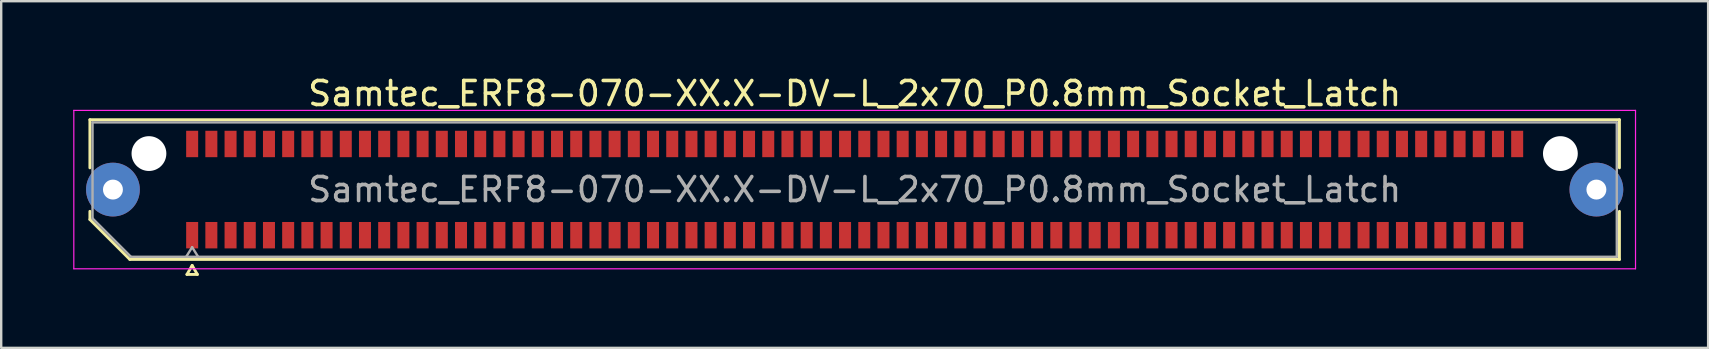
<source format=kicad_pcb>
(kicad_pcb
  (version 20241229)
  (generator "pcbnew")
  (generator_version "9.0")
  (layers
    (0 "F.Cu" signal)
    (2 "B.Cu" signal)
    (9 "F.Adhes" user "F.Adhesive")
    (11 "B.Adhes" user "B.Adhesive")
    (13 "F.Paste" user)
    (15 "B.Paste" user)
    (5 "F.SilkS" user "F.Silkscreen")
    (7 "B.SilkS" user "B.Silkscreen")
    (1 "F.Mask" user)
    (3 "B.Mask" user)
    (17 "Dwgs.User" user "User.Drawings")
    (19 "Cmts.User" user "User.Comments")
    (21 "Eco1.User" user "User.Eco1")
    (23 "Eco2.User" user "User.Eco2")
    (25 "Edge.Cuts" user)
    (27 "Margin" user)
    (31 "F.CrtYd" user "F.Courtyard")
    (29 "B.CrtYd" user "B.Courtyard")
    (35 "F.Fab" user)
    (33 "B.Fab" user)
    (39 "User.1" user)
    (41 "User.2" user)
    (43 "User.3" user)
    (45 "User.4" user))
  (footprint "Samtec_ERF8-070-XX.X-DV-L_2x70_P0.8mm_Socket_Latch"
    (layer "F.Cu")
    (at 32.555 4.848)
    (property "Reference" "Samtec_ERF8-070-XX.X-DV-L_2x70_P0.8mm_Socket_Latch" (at 0 -4 0) (layer "F.SilkS") (effects (font (size 1 1) (thickness 0.15))))
    (attr smd)
    (fp_line (start -31.86 -2.91) (end 31.86 -2.91) (stroke (width 0.12) (type solid)) (layer "F.SilkS"))
    (fp_line (start -31.86 -0.906) (end -31.86 -2.91) (stroke (width 0.12) (type solid)) (layer "F.SilkS"))
    (fp_line (start -31.86 1.246) (end -31.86 0.906) (stroke (width 0.12) (type solid)) (layer "F.SilkS"))
    (fp_line (start -30.196 2.91) (end -31.86 1.246) (stroke (width 0.12) (type solid)) (layer "F.SilkS"))
    (fp_line (start -27.817 3.535) (end -27.6 3.16) (stroke (width 0.12) (type solid)) (layer "F.SilkS"))
    (fp_line (start -27.6 3.16) (end -27.383 3.535) (stroke (width 0.12) (type solid)) (layer "F.SilkS"))
    (fp_line (start -27.383 3.535) (end -27.817 3.535) (stroke (width 0.12) (type solid)) (layer "F.SilkS"))
    (fp_line (start 31.86 -2.91) (end 31.86 -0.906) (stroke (width 0.12) (type solid)) (layer "F.SilkS"))
    (fp_line (start 31.86 0.906) (end 31.86 2.91) (stroke (width 0.12) (type solid)) (layer "F.SilkS"))
    (fp_line (start 31.86 2.91) (end -30.196 2.91) (stroke (width 0.12) (type solid)) (layer "F.SilkS"))
    (fp_line (start -32.53 -3.3) (end -32.53 3.3) (stroke (width 0.05) (type solid)) (layer "F.CrtYd"))
    (fp_line (start -32.53 3.3) (end 32.53 3.3) (stroke (width 0.05) (type solid)) (layer "F.CrtYd"))
    (fp_line (start 32.53 -3.3) (end -32.53 -3.3) (stroke (width 0.05) (type solid)) (layer "F.CrtYd"))
    (fp_line (start 32.53 3.3) (end 32.53 -3.3) (stroke (width 0.05) (type solid)) (layer "F.CrtYd"))
    (fp_line (start -31.75 -2.8) (end 31.75 -2.8) (stroke (width 0.1) (type solid)) (layer "F.Fab"))
    (fp_line (start -31.75 1.2) (end -31.75 -2.8) (stroke (width 0.1) (type solid)) (layer "F.Fab"))
    (fp_line (start -30.15 2.8) (end -31.75 1.2) (stroke (width 0.1) (type solid)) (layer "F.Fab"))
    (fp_line (start -27.6 2.4) (end -27.85 2.8) (stroke (width 0.1) (type solid)) (layer "F.Fab"))
    (fp_line (start -27.6 2.4) (end -27.35 2.8) (stroke (width 0.1) (type solid)) (layer "F.Fab"))
    (fp_line (start 31.75 -2.8) (end 31.75 2.8) (stroke (width 0.1) (type solid)) (layer "F.Fab"))
    (fp_line (start 31.75 2.8) (end -30.15 2.8) (stroke (width 0.1) (type solid)) (layer "F.Fab"))
    (fp_text user "${REFERENCE}" (at 0 0 0) (layer "F.Fab") (effects (font (size 1 1) (thickness 0.15))))
    (pad "" thru_hole circle (at -30.9 0) (size 2.24 2.24) (drill 0.83) (layers "*.Cu" "*.Mask" "F.Paste"))
    (pad "" np_thru_hole circle (at -29.4 -1.5) (size 1.45 1.45) (drill 1.45) (layers "*.Cu" "*.Mask"))
    (pad "" np_thru_hole circle (at 29.4 -1.5) (size 1.45 1.45) (drill 1.45) (layers "*.Cu" "*.Mask"))
    (pad "" thru_hole circle (at 30.9 0) (size 2.24 2.24) (drill 0.83) (layers "*.Cu" "*.Mask" "F.Paste"))
    (pad "1" smd rect (at -27.6 1.9) (size 0.5 1.1) (layers "F.Cu" "F.Mask" "F.Paste"))
    (pad "2" smd rect (at -27.6 -1.9) (size 0.5 1.1) (layers "F.Cu" "F.Mask" "F.Paste"))
    (pad "3" smd rect (at -26.8 1.9) (size 0.5 1.1) (layers "F.Cu" "F.Mask" "F.Paste"))
    (pad "4" smd rect (at -26.8 -1.9) (size 0.5 1.1) (layers "F.Cu" "F.Mask" "F.Paste"))
    (pad "5" smd rect (at -26 1.9) (size 0.5 1.1) (layers "F.Cu" "F.Mask" "F.Paste"))
    (pad "6" smd rect (at -26 -1.9) (size 0.5 1.1) (layers "F.Cu" "F.Mask" "F.Paste"))
    (pad "7" smd rect (at -25.2 1.9) (size 0.5 1.1) (layers "F.Cu" "F.Mask" "F.Paste"))
    (pad "8" smd rect (at -25.2 -1.9) (size 0.5 1.1) (layers "F.Cu" "F.Mask" "F.Paste"))
    (pad "9" smd rect (at -24.4 1.9) (size 0.5 1.1) (layers "F.Cu" "F.Mask" "F.Paste"))
    (pad "10" smd rect (at -24.4 -1.9) (size 0.5 1.1) (layers "F.Cu" "F.Mask" "F.Paste"))
    (pad "11" smd rect (at -23.6 1.9) (size 0.5 1.1) (layers "F.Cu" "F.Mask" "F.Paste"))
    (pad "12" smd rect (at -23.6 -1.9) (size 0.5 1.1) (layers "F.Cu" "F.Mask" "F.Paste"))
    (pad "13" smd rect (at -22.8 1.9) (size 0.5 1.1) (layers "F.Cu" "F.Mask" "F.Paste"))
    (pad "14" smd rect (at -22.8 -1.9) (size 0.5 1.1) (layers "F.Cu" "F.Mask" "F.Paste"))
    (pad "15" smd rect (at -22 1.9) (size 0.5 1.1) (layers "F.Cu" "F.Mask" "F.Paste"))
    (pad "16" smd rect (at -22 -1.9) (size 0.5 1.1) (layers "F.Cu" "F.Mask" "F.Paste"))
    (pad "17" smd rect (at -21.2 1.9) (size 0.5 1.1) (layers "F.Cu" "F.Mask" "F.Paste"))
    (pad "18" smd rect (at -21.2 -1.9) (size 0.5 1.1) (layers "F.Cu" "F.Mask" "F.Paste"))
    (pad "19" smd rect (at -20.4 1.9) (size 0.5 1.1) (layers "F.Cu" "F.Mask" "F.Paste"))
    (pad "20" smd rect (at -20.4 -1.9) (size 0.5 1.1) (layers "F.Cu" "F.Mask" "F.Paste"))
    (pad "21" smd rect (at -19.6 1.9) (size 0.5 1.1) (layers "F.Cu" "F.Mask" "F.Paste"))
    (pad "22" smd rect (at -19.6 -1.9) (size 0.5 1.1) (layers "F.Cu" "F.Mask" "F.Paste"))
    (pad "23" smd rect (at -18.8 1.9) (size 0.5 1.1) (layers "F.Cu" "F.Mask" "F.Paste"))
    (pad "24" smd rect (at -18.8 -1.9) (size 0.5 1.1) (layers "F.Cu" "F.Mask" "F.Paste"))
    (pad "25" smd rect (at -18 1.9) (size 0.5 1.1) (layers "F.Cu" "F.Mask" "F.Paste"))
    (pad "26" smd rect (at -18 -1.9) (size 0.5 1.1) (layers "F.Cu" "F.Mask" "F.Paste"))
    (pad "27" smd rect (at -17.2 1.9) (size 0.5 1.1) (layers "F.Cu" "F.Mask" "F.Paste"))
    (pad "28" smd rect (at -17.2 -1.9) (size 0.5 1.1) (layers "F.Cu" "F.Mask" "F.Paste"))
    (pad "29" smd rect (at -16.4 1.9) (size 0.5 1.1) (layers "F.Cu" "F.Mask" "F.Paste"))
    (pad "30" smd rect (at -16.4 -1.9) (size 0.5 1.1) (layers "F.Cu" "F.Mask" "F.Paste"))
    (pad "31" smd rect (at -15.6 1.9) (size 0.5 1.1) (layers "F.Cu" "F.Mask" "F.Paste"))
    (pad "32" smd rect (at -15.6 -1.9) (size 0.5 1.1) (layers "F.Cu" "F.Mask" "F.Paste"))
    (pad "33" smd rect (at -14.8 1.9) (size 0.5 1.1) (layers "F.Cu" "F.Mask" "F.Paste"))
    (pad "34" smd rect (at -14.8 -1.9) (size 0.5 1.1) (layers "F.Cu" "F.Mask" "F.Paste"))
    (pad "35" smd rect (at -14 1.9) (size 0.5 1.1) (layers "F.Cu" "F.Mask" "F.Paste"))
    (pad "36" smd rect (at -14 -1.9) (size 0.5 1.1) (layers "F.Cu" "F.Mask" "F.Paste"))
    (pad "37" smd rect (at -13.2 1.9) (size 0.5 1.1) (layers "F.Cu" "F.Mask" "F.Paste"))
    (pad "38" smd rect (at -13.2 -1.9) (size 0.5 1.1) (layers "F.Cu" "F.Mask" "F.Paste"))
    (pad "39" smd rect (at -12.4 1.9) (size 0.5 1.1) (layers "F.Cu" "F.Mask" "F.Paste"))
    (pad "40" smd rect (at -12.4 -1.9) (size 0.5 1.1) (layers "F.Cu" "F.Mask" "F.Paste"))
    (pad "41" smd rect (at -11.6 1.9) (size 0.5 1.1) (layers "F.Cu" "F.Mask" "F.Paste"))
    (pad "42" smd rect (at -11.6 -1.9) (size 0.5 1.1) (layers "F.Cu" "F.Mask" "F.Paste"))
    (pad "43" smd rect (at -10.8 1.9) (size 0.5 1.1) (layers "F.Cu" "F.Mask" "F.Paste"))
    (pad "44" smd rect (at -10.8 -1.9) (size 0.5 1.1) (layers "F.Cu" "F.Mask" "F.Paste"))
    (pad "45" smd rect (at -10 1.9) (size 0.5 1.1) (layers "F.Cu" "F.Mask" "F.Paste"))
    (pad "46" smd rect (at -10 -1.9) (size 0.5 1.1) (layers "F.Cu" "F.Mask" "F.Paste"))
    (pad "47" smd rect (at -9.2 1.9) (size 0.5 1.1) (layers "F.Cu" "F.Mask" "F.Paste"))
    (pad "48" smd rect (at -9.2 -1.9) (size 0.5 1.1) (layers "F.Cu" "F.Mask" "F.Paste"))
    (pad "49" smd rect (at -8.4 1.9) (size 0.5 1.1) (layers "F.Cu" "F.Mask" "F.Paste"))
    (pad "50" smd rect (at -8.4 -1.9) (size 0.5 1.1) (layers "F.Cu" "F.Mask" "F.Paste"))
    (pad "51" smd rect (at -7.6 1.9) (size 0.5 1.1) (layers "F.Cu" "F.Mask" "F.Paste"))
    (pad "52" smd rect (at -7.6 -1.9) (size 0.5 1.1) (layers "F.Cu" "F.Mask" "F.Paste"))
    (pad "53" smd rect (at -6.8 1.9) (size 0.5 1.1) (layers "F.Cu" "F.Mask" "F.Paste"))
    (pad "54" smd rect (at -6.8 -1.9) (size 0.5 1.1) (layers "F.Cu" "F.Mask" "F.Paste"))
    (pad "55" smd rect (at -6 1.9) (size 0.5 1.1) (layers "F.Cu" "F.Mask" "F.Paste"))
    (pad "56" smd rect (at -6 -1.9) (size 0.5 1.1) (layers "F.Cu" "F.Mask" "F.Paste"))
    (pad "57" smd rect (at -5.2 1.9) (size 0.5 1.1) (layers "F.Cu" "F.Mask" "F.Paste"))
    (pad "58" smd rect (at -5.2 -1.9) (size 0.5 1.1) (layers "F.Cu" "F.Mask" "F.Paste"))
    (pad "59" smd rect (at -4.4 1.9) (size 0.5 1.1) (layers "F.Cu" "F.Mask" "F.Paste"))
    (pad "60" smd rect (at -4.4 -1.9) (size 0.5 1.1) (layers "F.Cu" "F.Mask" "F.Paste"))
    (pad "61" smd rect (at -3.6 1.9) (size 0.5 1.1) (layers "F.Cu" "F.Mask" "F.Paste"))
    (pad "62" smd rect (at -3.6 -1.9) (size 0.5 1.1) (layers "F.Cu" "F.Mask" "F.Paste"))
    (pad "63" smd rect (at -2.8 1.9) (size 0.5 1.1) (layers "F.Cu" "F.Mask" "F.Paste"))
    (pad "64" smd rect (at -2.8 -1.9) (size 0.5 1.1) (layers "F.Cu" "F.Mask" "F.Paste"))
    (pad "65" smd rect (at -2 1.9) (size 0.5 1.1) (layers "F.Cu" "F.Mask" "F.Paste"))
    (pad "66" smd rect (at -2 -1.9) (size 0.5 1.1) (layers "F.Cu" "F.Mask" "F.Paste"))
    (pad "67" smd rect (at -1.2 1.9) (size 0.5 1.1) (layers "F.Cu" "F.Mask" "F.Paste"))
    (pad "68" smd rect (at -1.2 -1.9) (size 0.5 1.1) (layers "F.Cu" "F.Mask" "F.Paste"))
    (pad "69" smd rect (at -0.4 1.9) (size 0.5 1.1) (layers "F.Cu" "F.Mask" "F.Paste"))
    (pad "70" smd rect (at -0.4 -1.9) (size 0.5 1.1) (layers "F.Cu" "F.Mask" "F.Paste"))
    (pad "71" smd rect (at 0.4 1.9) (size 0.5 1.1) (layers "F.Cu" "F.Mask" "F.Paste"))
    (pad "72" smd rect (at 0.4 -1.9) (size 0.5 1.1) (layers "F.Cu" "F.Mask" "F.Paste"))
    (pad "73" smd rect (at 1.2 1.9) (size 0.5 1.1) (layers "F.Cu" "F.Mask" "F.Paste"))
    (pad "74" smd rect (at 1.2 -1.9) (size 0.5 1.1) (layers "F.Cu" "F.Mask" "F.Paste"))
    (pad "75" smd rect (at 2 1.9) (size 0.5 1.1) (layers "F.Cu" "F.Mask" "F.Paste"))
    (pad "76" smd rect (at 2 -1.9) (size 0.5 1.1) (layers "F.Cu" "F.Mask" "F.Paste"))
    (pad "77" smd rect (at 2.8 1.9) (size 0.5 1.1) (layers "F.Cu" "F.Mask" "F.Paste"))
    (pad "78" smd rect (at 2.8 -1.9) (size 0.5 1.1) (layers "F.Cu" "F.Mask" "F.Paste"))
    (pad "79" smd rect (at 3.6 1.9) (size 0.5 1.1) (layers "F.Cu" "F.Mask" "F.Paste"))
    (pad "80" smd rect (at 3.6 -1.9) (size 0.5 1.1) (layers "F.Cu" "F.Mask" "F.Paste"))
    (pad "81" smd rect (at 4.4 1.9) (size 0.5 1.1) (layers "F.Cu" "F.Mask" "F.Paste"))
    (pad "82" smd rect (at 4.4 -1.9) (size 0.5 1.1) (layers "F.Cu" "F.Mask" "F.Paste"))
    (pad "83" smd rect (at 5.2 1.9) (size 0.5 1.1) (layers "F.Cu" "F.Mask" "F.Paste"))
    (pad "84" smd rect (at 5.2 -1.9) (size 0.5 1.1) (layers "F.Cu" "F.Mask" "F.Paste"))
    (pad "85" smd rect (at 6 1.9) (size 0.5 1.1) (layers "F.Cu" "F.Mask" "F.Paste"))
    (pad "86" smd rect (at 6 -1.9) (size 0.5 1.1) (layers "F.Cu" "F.Mask" "F.Paste"))
    (pad "87" smd rect (at 6.8 1.9) (size 0.5 1.1) (layers "F.Cu" "F.Mask" "F.Paste"))
    (pad "88" smd rect (at 6.8 -1.9) (size 0.5 1.1) (layers "F.Cu" "F.Mask" "F.Paste"))
    (pad "89" smd rect (at 7.6 1.9) (size 0.5 1.1) (layers "F.Cu" "F.Mask" "F.Paste"))
    (pad "90" smd rect (at 7.6 -1.9) (size 0.5 1.1) (layers "F.Cu" "F.Mask" "F.Paste"))
    (pad "91" smd rect (at 8.4 1.9) (size 0.5 1.1) (layers "F.Cu" "F.Mask" "F.Paste"))
    (pad "92" smd rect (at 8.4 -1.9) (size 0.5 1.1) (layers "F.Cu" "F.Mask" "F.Paste"))
    (pad "93" smd rect (at 9.2 1.9) (size 0.5 1.1) (layers "F.Cu" "F.Mask" "F.Paste"))
    (pad "94" smd rect (at 9.2 -1.9) (size 0.5 1.1) (layers "F.Cu" "F.Mask" "F.Paste"))
    (pad "95" smd rect (at 10 1.9) (size 0.5 1.1) (layers "F.Cu" "F.Mask" "F.Paste"))
    (pad "96" smd rect (at 10 -1.9) (size 0.5 1.1) (layers "F.Cu" "F.Mask" "F.Paste"))
    (pad "97" smd rect (at 10.8 1.9) (size 0.5 1.1) (layers "F.Cu" "F.Mask" "F.Paste"))
    (pad "98" smd rect (at 10.8 -1.9) (size 0.5 1.1) (layers "F.Cu" "F.Mask" "F.Paste"))
    (pad "99" smd rect (at 11.6 1.9) (size 0.5 1.1) (layers "F.Cu" "F.Mask" "F.Paste"))
    (pad "100" smd rect (at 11.6 -1.9) (size 0.5 1.1) (layers "F.Cu" "F.Mask" "F.Paste"))
    (pad "101" smd rect (at 12.4 1.9) (size 0.5 1.1) (layers "F.Cu" "F.Mask" "F.Paste"))
    (pad "102" smd rect (at 12.4 -1.9) (size 0.5 1.1) (layers "F.Cu" "F.Mask" "F.Paste"))
    (pad "103" smd rect (at 13.2 1.9) (size 0.5 1.1) (layers "F.Cu" "F.Mask" "F.Paste"))
    (pad "104" smd rect (at 13.2 -1.9) (size 0.5 1.1) (layers "F.Cu" "F.Mask" "F.Paste"))
    (pad "105" smd rect (at 14 1.9) (size 0.5 1.1) (layers "F.Cu" "F.Mask" "F.Paste"))
    (pad "106" smd rect (at 14 -1.9) (size 0.5 1.1) (layers "F.Cu" "F.Mask" "F.Paste"))
    (pad "107" smd rect (at 14.8 1.9) (size 0.5 1.1) (layers "F.Cu" "F.Mask" "F.Paste"))
    (pad "108" smd rect (at 14.8 -1.9) (size 0.5 1.1) (layers "F.Cu" "F.Mask" "F.Paste"))
    (pad "109" smd rect (at 15.6 1.9) (size 0.5 1.1) (layers "F.Cu" "F.Mask" "F.Paste"))
    (pad "110" smd rect (at 15.6 -1.9) (size 0.5 1.1) (layers "F.Cu" "F.Mask" "F.Paste"))
    (pad "111" smd rect (at 16.4 1.9) (size 0.5 1.1) (layers "F.Cu" "F.Mask" "F.Paste"))
    (pad "112" smd rect (at 16.4 -1.9) (size 0.5 1.1) (layers "F.Cu" "F.Mask" "F.Paste"))
    (pad "113" smd rect (at 17.2 1.9) (size 0.5 1.1) (layers "F.Cu" "F.Mask" "F.Paste"))
    (pad "114" smd rect (at 17.2 -1.9) (size 0.5 1.1) (layers "F.Cu" "F.Mask" "F.Paste"))
    (pad "115" smd rect (at 18 1.9) (size 0.5 1.1) (layers "F.Cu" "F.Mask" "F.Paste"))
    (pad "116" smd rect (at 18 -1.9) (size 0.5 1.1) (layers "F.Cu" "F.Mask" "F.Paste"))
    (pad "117" smd rect (at 18.8 1.9) (size 0.5 1.1) (layers "F.Cu" "F.Mask" "F.Paste"))
    (pad "118" smd rect (at 18.8 -1.9) (size 0.5 1.1) (layers "F.Cu" "F.Mask" "F.Paste"))
    (pad "119" smd rect (at 19.6 1.9) (size 0.5 1.1) (layers "F.Cu" "F.Mask" "F.Paste"))
    (pad "120" smd rect (at 19.6 -1.9) (size 0.5 1.1) (layers "F.Cu" "F.Mask" "F.Paste"))
    (pad "121" smd rect (at 20.4 1.9) (size 0.5 1.1) (layers "F.Cu" "F.Mask" "F.Paste"))
    (pad "122" smd rect (at 20.4 -1.9) (size 0.5 1.1) (layers "F.Cu" "F.Mask" "F.Paste"))
    (pad "123" smd rect (at 21.2 1.9) (size 0.5 1.1) (layers "F.Cu" "F.Mask" "F.Paste"))
    (pad "124" smd rect (at 21.2 -1.9) (size 0.5 1.1) (layers "F.Cu" "F.Mask" "F.Paste"))
    (pad "125" smd rect (at 22 1.9) (size 0.5 1.1) (layers "F.Cu" "F.Mask" "F.Paste"))
    (pad "126" smd rect (at 22 -1.9) (size 0.5 1.1) (layers "F.Cu" "F.Mask" "F.Paste"))
    (pad "127" smd rect (at 22.8 1.9) (size 0.5 1.1) (layers "F.Cu" "F.Mask" "F.Paste"))
    (pad "128" smd rect (at 22.8 -1.9) (size 0.5 1.1) (layers "F.Cu" "F.Mask" "F.Paste"))
    (pad "129" smd rect (at 23.6 1.9) (size 0.5 1.1) (layers "F.Cu" "F.Mask" "F.Paste"))
    (pad "130" smd rect (at 23.6 -1.9) (size 0.5 1.1) (layers "F.Cu" "F.Mask" "F.Paste"))
    (pad "131" smd rect (at 24.4 1.9) (size 0.5 1.1) (layers "F.Cu" "F.Mask" "F.Paste"))
    (pad "132" smd rect (at 24.4 -1.9) (size 0.5 1.1) (layers "F.Cu" "F.Mask" "F.Paste"))
    (pad "133" smd rect (at 25.2 1.9) (size 0.5 1.1) (layers "F.Cu" "F.Mask" "F.Paste"))
    (pad "134" smd rect (at 25.2 -1.9) (size 0.5 1.1) (layers "F.Cu" "F.Mask" "F.Paste"))
    (pad "135" smd rect (at 26 1.9) (size 0.5 1.1) (layers "F.Cu" "F.Mask" "F.Paste"))
    (pad "136" smd rect (at 26 -1.9) (size 0.5 1.1) (layers "F.Cu" "F.Mask" "F.Paste"))
    (pad "137" smd rect (at 26.8 1.9) (size 0.5 1.1) (layers "F.Cu" "F.Mask" "F.Paste"))
    (pad "138" smd rect (at 26.8 -1.9) (size 0.5 1.1) (layers "F.Cu" "F.Mask" "F.Paste"))
    (pad "139" smd rect (at 27.6 1.9) (size 0.5 1.1) (layers "F.Cu" "F.Mask" "F.Paste"))
    (pad "140" smd rect (at 27.6 -1.9) (size 0.5 1.1) (layers "F.Cu" "F.Mask" "F.Paste")))
  (gr_rect
    (start -3 -3)
    (end 68.11 11.443)
    (stroke (width 0.1) (type default))
    (fill no)
    (layer "Edge.Cuts")))
</source>
